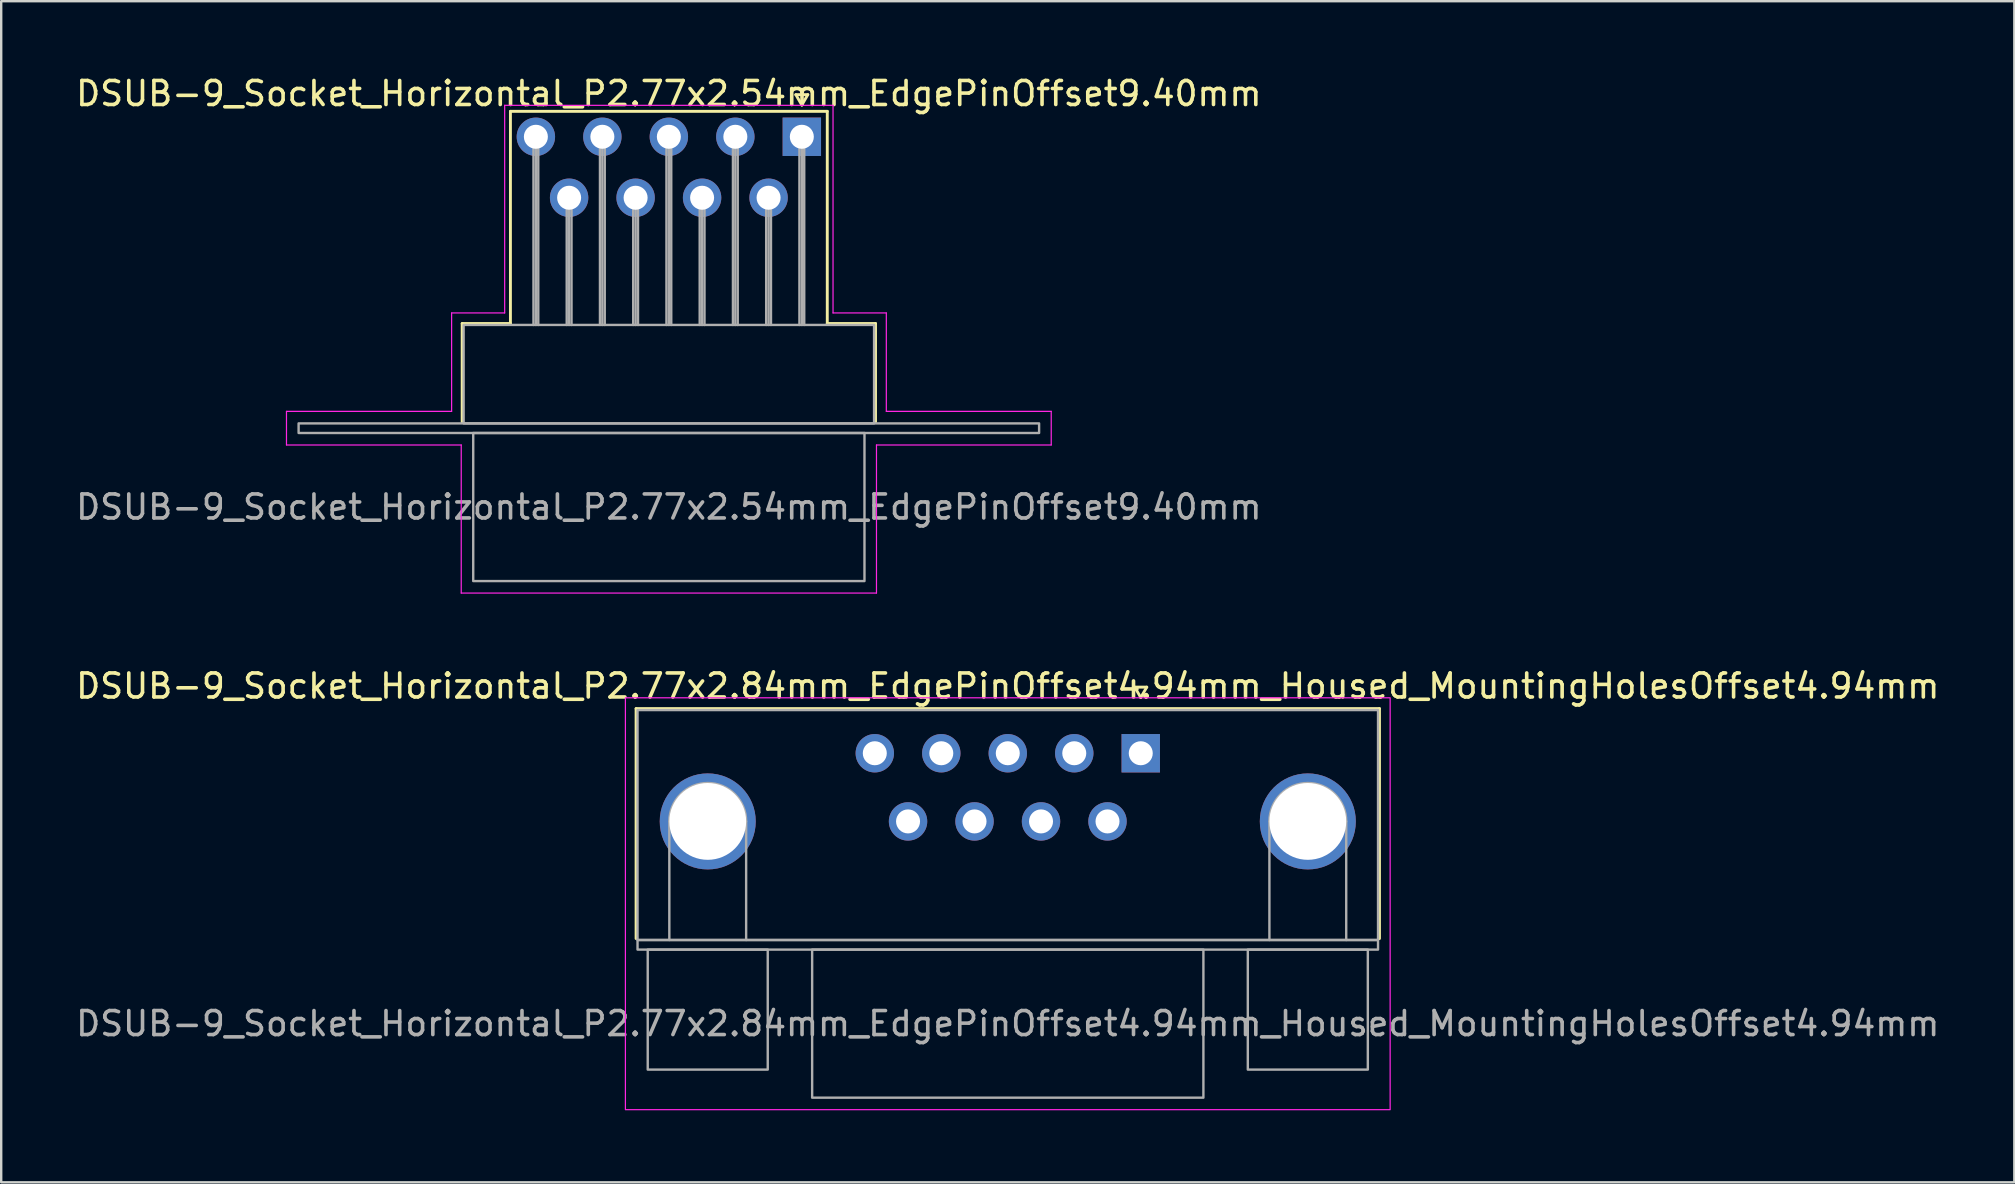
<source format=kicad_pcb>
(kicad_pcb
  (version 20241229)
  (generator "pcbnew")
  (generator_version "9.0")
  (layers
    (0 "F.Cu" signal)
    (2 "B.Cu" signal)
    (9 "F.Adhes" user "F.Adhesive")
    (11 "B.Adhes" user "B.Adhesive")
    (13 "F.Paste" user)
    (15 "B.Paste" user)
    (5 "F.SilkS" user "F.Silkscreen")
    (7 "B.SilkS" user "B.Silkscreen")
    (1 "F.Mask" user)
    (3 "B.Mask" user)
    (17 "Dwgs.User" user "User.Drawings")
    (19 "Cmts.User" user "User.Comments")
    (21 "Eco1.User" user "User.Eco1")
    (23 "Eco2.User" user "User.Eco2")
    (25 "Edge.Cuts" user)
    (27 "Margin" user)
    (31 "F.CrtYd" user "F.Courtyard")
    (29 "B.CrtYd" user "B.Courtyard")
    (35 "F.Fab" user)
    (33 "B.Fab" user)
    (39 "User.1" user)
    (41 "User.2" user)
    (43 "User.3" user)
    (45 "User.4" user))
  (footprint "DSUB-9_Socket_Horizontal_P2.77x2.54mm_EdgePinOffset9.40mm"
    (layer "F.Cu")
    (at 30.355 2.648)
    (property "Reference" "DSUB-9_Socket_Horizontal_P2.77x2.54mm_EdgePinOffset9.40mm" (at -5.54 -1.8 0) (layer "F.SilkS") (effects (font (size 1 1) (thickness 0.15))))
    (attr through_hole)
    (fp_line (start -14.15 7.78) (end -12.14 7.78) (stroke (width 0.12) (type solid)) (layer "F.SilkS"))
    (fp_line (start -14.15 11.88) (end -14.15 7.78) (stroke (width 0.12) (type solid)) (layer "F.SilkS"))
    (fp_line (start -12.14 -1.06) (end 1.06 -1.06) (stroke (width 0.12) (type solid)) (layer "F.SilkS"))
    (fp_line (start -12.14 7.78) (end -12.14 -1.06) (stroke (width 0.12) (type solid)) (layer "F.SilkS"))
    (fp_line (start -0.25 -1.754) (end 0.25 -1.754) (stroke (width 0.12) (type solid)) (layer "F.SilkS"))
    (fp_line (start 0 -1.321) (end -0.25 -1.754) (stroke (width 0.12) (type solid)) (layer "F.SilkS"))
    (fp_line (start 0.25 -1.754) (end 0 -1.321) (stroke (width 0.12) (type solid)) (layer "F.SilkS"))
    (fp_line (start 1.06 -1.06) (end 1.06 7.78) (stroke (width 0.12) (type solid)) (layer "F.SilkS"))
    (fp_line (start 1.06 7.78) (end 3.07 7.78) (stroke (width 0.12) (type solid)) (layer "F.SilkS"))
    (fp_line (start 3.07 7.78) (end 3.07 11.88) (stroke (width 0.12) (type solid)) (layer "F.SilkS"))
    (fp_line (start -21.47 11.44) (end -14.59 11.44) (stroke (width 0.05) (type solid)) (layer "F.CrtYd"))
    (fp_line (start -21.47 12.84) (end -21.47 11.44) (stroke (width 0.05) (type solid)) (layer "F.CrtYd"))
    (fp_line (start -14.59 7.34) (end -12.38 7.34) (stroke (width 0.05) (type solid)) (layer "F.CrtYd"))
    (fp_line (start -14.59 11.44) (end -14.59 7.34) (stroke (width 0.05) (type solid)) (layer "F.CrtYd"))
    (fp_line (start -14.19 12.84) (end -21.47 12.84) (stroke (width 0.05) (type solid)) (layer "F.CrtYd"))
    (fp_line (start -14.19 19.01) (end -14.19 12.84) (stroke (width 0.05) (type solid)) (layer "F.CrtYd"))
    (fp_line (start -12.38 -1.31) (end 1.3 -1.31) (stroke (width 0.05) (type solid)) (layer "F.CrtYd"))
    (fp_line (start -12.38 7.34) (end -12.38 -1.31) (stroke (width 0.05) (type solid)) (layer "F.CrtYd"))
    (fp_line (start 1.3 -1.31) (end 1.3 7.34) (stroke (width 0.05) (type solid)) (layer "F.CrtYd"))
    (fp_line (start 1.3 7.34) (end 3.52 7.34) (stroke (width 0.05) (type solid)) (layer "F.CrtYd"))
    (fp_line (start 3.11 12.84) (end 3.11 19.01) (stroke (width 0.05) (type solid)) (layer "F.CrtYd"))
    (fp_line (start 3.11 19.01) (end -14.19 19.01) (stroke (width 0.05) (type solid)) (layer "F.CrtYd"))
    (fp_line (start 3.52 7.34) (end 3.52 11.44) (stroke (width 0.05) (type solid)) (layer "F.CrtYd"))
    (fp_line (start 3.52 11.44) (end 10.39 11.44) (stroke (width 0.05) (type solid)) (layer "F.CrtYd"))
    (fp_line (start 10.39 11.44) (end 10.39 12.84) (stroke (width 0.05) (type solid)) (layer "F.CrtYd"))
    (fp_line (start 10.39 12.84) (end 3.11 12.84) (stroke (width 0.05) (type solid)) (layer "F.CrtYd"))
    (fp_line (start -11.18 0) (end -11.18 7.84) (stroke (width 0.1) (type solid)) (layer "F.Fab"))
    (fp_line (start -11.08 0) (end -11.08 7.84) (stroke (width 0.1) (type solid)) (layer "F.Fab"))
    (fp_line (start -10.98 0) (end -10.98 7.84) (stroke (width 0.1) (type solid)) (layer "F.Fab"))
    (fp_line (start -9.795 2.54) (end -9.795 7.84) (stroke (width 0.1) (type solid)) (layer "F.Fab"))
    (fp_line (start -9.695 2.54) (end -9.695 7.84) (stroke (width 0.1) (type solid)) (layer "F.Fab"))
    (fp_line (start -9.595 2.54) (end -9.595 7.84) (stroke (width 0.1) (type solid)) (layer "F.Fab"))
    (fp_line (start -8.41 0) (end -8.41 7.84) (stroke (width 0.1) (type solid)) (layer "F.Fab"))
    (fp_line (start -8.31 0) (end -8.31 7.84) (stroke (width 0.1) (type solid)) (layer "F.Fab"))
    (fp_line (start -8.21 0) (end -8.21 7.84) (stroke (width 0.1) (type solid)) (layer "F.Fab"))
    (fp_line (start -7.025 2.54) (end -7.025 7.84) (stroke (width 0.1) (type solid)) (layer "F.Fab"))
    (fp_line (start -6.925 2.54) (end -6.925 7.84) (stroke (width 0.1) (type solid)) (layer "F.Fab"))
    (fp_line (start -6.825 2.54) (end -6.825 7.84) (stroke (width 0.1) (type solid)) (layer "F.Fab"))
    (fp_line (start -5.64 0) (end -5.64 7.84) (stroke (width 0.1) (type solid)) (layer "F.Fab"))
    (fp_line (start -5.54 0) (end -5.54 7.84) (stroke (width 0.1) (type solid)) (layer "F.Fab"))
    (fp_line (start -5.44 0) (end -5.44 7.84) (stroke (width 0.1) (type solid)) (layer "F.Fab"))
    (fp_line (start -4.255 2.54) (end -4.255 7.84) (stroke (width 0.1) (type solid)) (layer "F.Fab"))
    (fp_line (start -4.155 2.54) (end -4.155 7.84) (stroke (width 0.1) (type solid)) (layer "F.Fab"))
    (fp_line (start -4.055 2.54) (end -4.055 7.84) (stroke (width 0.1) (type solid)) (layer "F.Fab"))
    (fp_line (start -2.87 0) (end -2.87 7.84) (stroke (width 0.1) (type solid)) (layer "F.Fab"))
    (fp_line (start -2.77 0) (end -2.77 7.84) (stroke (width 0.1) (type solid)) (layer "F.Fab"))
    (fp_line (start -2.67 0) (end -2.67 7.84) (stroke (width 0.1) (type solid)) (layer "F.Fab"))
    (fp_line (start -1.485 2.54) (end -1.485 7.84) (stroke (width 0.1) (type solid)) (layer "F.Fab"))
    (fp_line (start -1.385 2.54) (end -1.385 7.84) (stroke (width 0.1) (type solid)) (layer "F.Fab"))
    (fp_line (start -1.285 2.54) (end -1.285 7.84) (stroke (width 0.1) (type solid)) (layer "F.Fab"))
    (fp_line (start -0.1 0) (end -0.1 7.84) (stroke (width 0.1) (type solid)) (layer "F.Fab"))
    (fp_line (start 0 0) (end 0 7.84) (stroke (width 0.1) (type solid)) (layer "F.Fab"))
    (fp_line (start 0.1 0) (end 0.1 7.84) (stroke (width 0.1) (type solid)) (layer "F.Fab"))
    (fp_rect (start -20.965 11.94) (end 9.885 12.34) (stroke (width 0.1) (type solid)) (fill no) (layer "F.Fab"))
    (fp_rect (start -14.09 7.84) (end 3.01 11.94) (stroke (width 0.1) (type solid)) (fill no) (layer "F.Fab"))
    (fp_rect (start -13.69 12.34) (end 2.61 18.51) (stroke (width 0.1) (type solid)) (fill no) (layer "F.Fab"))
    (fp_text user "${REFERENCE}" (at -5.54 15.425 0) (layer "F.Fab") (effects (font (size 1 1) (thickness 0.15))))
    (pad "1" thru_hole rect (at 0 0) (size 1.6 1.6) (drill 1) (layers "*.Cu" "*.Mask"))
    (pad "2" thru_hole circle (at -2.77 0) (size 1.6 1.6) (drill 1) (layers "*.Cu" "*.Mask"))
    (pad "3" thru_hole circle (at -5.54 0) (size 1.6 1.6) (drill 1) (layers "*.Cu" "*.Mask"))
    (pad "4" thru_hole circle (at -8.31 0) (size 1.6 1.6) (drill 1) (layers "*.Cu" "*.Mask"))
    (pad "5" thru_hole circle (at -11.08 0) (size 1.6 1.6) (drill 1) (layers "*.Cu" "*.Mask"))
    (pad "6" thru_hole circle (at -1.385 2.54) (size 1.6 1.6) (drill 1) (layers "*.Cu" "*.Mask"))
    (pad "7" thru_hole circle (at -4.155 2.54) (size 1.6 1.6) (drill 1) (layers "*.Cu" "*.Mask"))
    (pad "8" thru_hole circle (at -6.925 2.54) (size 1.6 1.6) (drill 1) (layers "*.Cu" "*.Mask"))
    (pad "9" thru_hole circle (at -9.695 2.54) (size 1.6 1.6) (drill 1) (layers "*.Cu" "*.Mask")))
  (footprint "DSUB-9_Socket_Horizontal_P2.77x2.84mm_EdgePinOffset4.94mm_Housed_MountingHolesOffset4.94mm"
    (layer "F.Cu")
    (at 44.475 28.331)
    (property "Reference" "DSUB-9_Socket_Horizontal_P2.77x2.84mm_EdgePinOffset4.94mm_Housed_MountingHolesOffset4.94mm" (at -5.54 -2.8 0) (layer "F.SilkS") (effects (font (size 1 1) (thickness 0.15))))
    (attr through_hole)
    (fp_line (start -21.025 -1.86) (end 9.945 -1.86) (stroke (width 0.12) (type solid)) (layer "F.SilkS"))
    (fp_line (start -21.025 7.72) (end -21.025 -1.86) (stroke (width 0.12) (type solid)) (layer "F.SilkS"))
    (fp_line (start -0.25 -2.754) (end 0.25 -2.754) (stroke (width 0.12) (type solid)) (layer "F.SilkS"))
    (fp_line (start 0 -2.321) (end -0.25 -2.754) (stroke (width 0.12) (type solid)) (layer "F.SilkS"))
    (fp_line (start 0.25 -2.754) (end 0 -2.321) (stroke (width 0.12) (type solid)) (layer "F.SilkS"))
    (fp_line (start 9.945 -1.86) (end 9.945 7.72) (stroke (width 0.12) (type solid)) (layer "F.SilkS"))
    (fp_rect (start -21.47 -2.31) (end 10.39 14.85) (stroke (width 0.05) (type solid)) (fill no) (layer "F.CrtYd"))
    (fp_line (start -19.64 7.78) (end -19.64 2.84) (stroke (width 0.1) (type solid)) (layer "F.Fab"))
    (fp_line (start -16.44 7.78) (end -16.44 2.84) (stroke (width 0.1) (type solid)) (layer "F.Fab"))
    (fp_line (start 5.36 7.78) (end 5.36 2.84) (stroke (width 0.1) (type solid)) (layer "F.Fab"))
    (fp_line (start 8.56 7.78) (end 8.56 2.84) (stroke (width 0.1) (type solid)) (layer "F.Fab"))
    (fp_rect (start -20.965 -1.8) (end 9.885 7.78) (stroke (width 0.1) (type solid)) (fill no) (layer "F.Fab"))
    (fp_rect (start -20.965 7.78) (end 9.885 8.18) (stroke (width 0.1) (type solid)) (fill no) (layer "F.Fab"))
    (fp_rect (start -20.54 8.18) (end -15.54 13.18) (stroke (width 0.1) (type solid)) (fill no) (layer "F.Fab"))
    (fp_rect (start -13.69 8.18) (end 2.61 14.35) (stroke (width 0.1) (type solid)) (fill no) (layer "F.Fab"))
    (fp_rect (start 4.46 8.18) (end 9.46 13.18) (stroke (width 0.1) (type solid)) (fill no) (layer "F.Fab"))
    (fp_arc (start -19.64 2.84) (mid -18.04 1.24) (end -16.44 2.84) (stroke (width 0.1) (type solid)) (layer "F.Fab"))
    (fp_arc (start 5.36 2.84) (mid 6.96 1.24) (end 8.56 2.84) (stroke (width 0.1) (type solid)) (layer "F.Fab"))
    (fp_text user "${REFERENCE}" (at -5.54 11.265 0) (layer "F.Fab") (effects (font (size 1 1) (thickness 0.15))))
    (pad "1" thru_hole rect (at 0 0) (size 1.6 1.6) (drill 1) (layers "*.Cu" "*.Mask"))
    (pad "2" thru_hole circle (at -2.77 0) (size 1.6 1.6) (drill 1) (layers "*.Cu" "*.Mask"))
    (pad "3" thru_hole circle (at -5.54 0) (size 1.6 1.6) (drill 1) (layers "*.Cu" "*.Mask"))
    (pad "4" thru_hole circle (at -8.31 0) (size 1.6 1.6) (drill 1) (layers "*.Cu" "*.Mask"))
    (pad "5" thru_hole circle (at -11.08 0) (size 1.6 1.6) (drill 1) (layers "*.Cu" "*.Mask"))
    (pad "6" thru_hole circle (at -1.385 2.84) (size 1.6 1.6) (drill 1) (layers "*.Cu" "*.Mask"))
    (pad "7" thru_hole circle (at -4.155 2.84) (size 1.6 1.6) (drill 1) (layers "*.Cu" "*.Mask"))
    (pad "8" thru_hole circle (at -6.925 2.84) (size 1.6 1.6) (drill 1) (layers "*.Cu" "*.Mask"))
    (pad "9" thru_hole circle (at -9.695 2.84) (size 1.6 1.6) (drill 1) (layers "*.Cu" "*.Mask"))
    (pad "SH" thru_hole circle (at -18.04 2.84) (size 4 4) (drill 3.2) (layers "*.Cu" "*.Mask"))
    (pad "SH" thru_hole circle (at 6.96 2.84) (size 4 4) (drill 3.2) (layers "*.Cu" "*.Mask")))
  (gr_rect
    (start -3 -3)
    (end 80.869 46.206)
    (stroke (width 0.1) (type default))
    (fill no)
    (layer "Edge.Cuts")))
</source>
